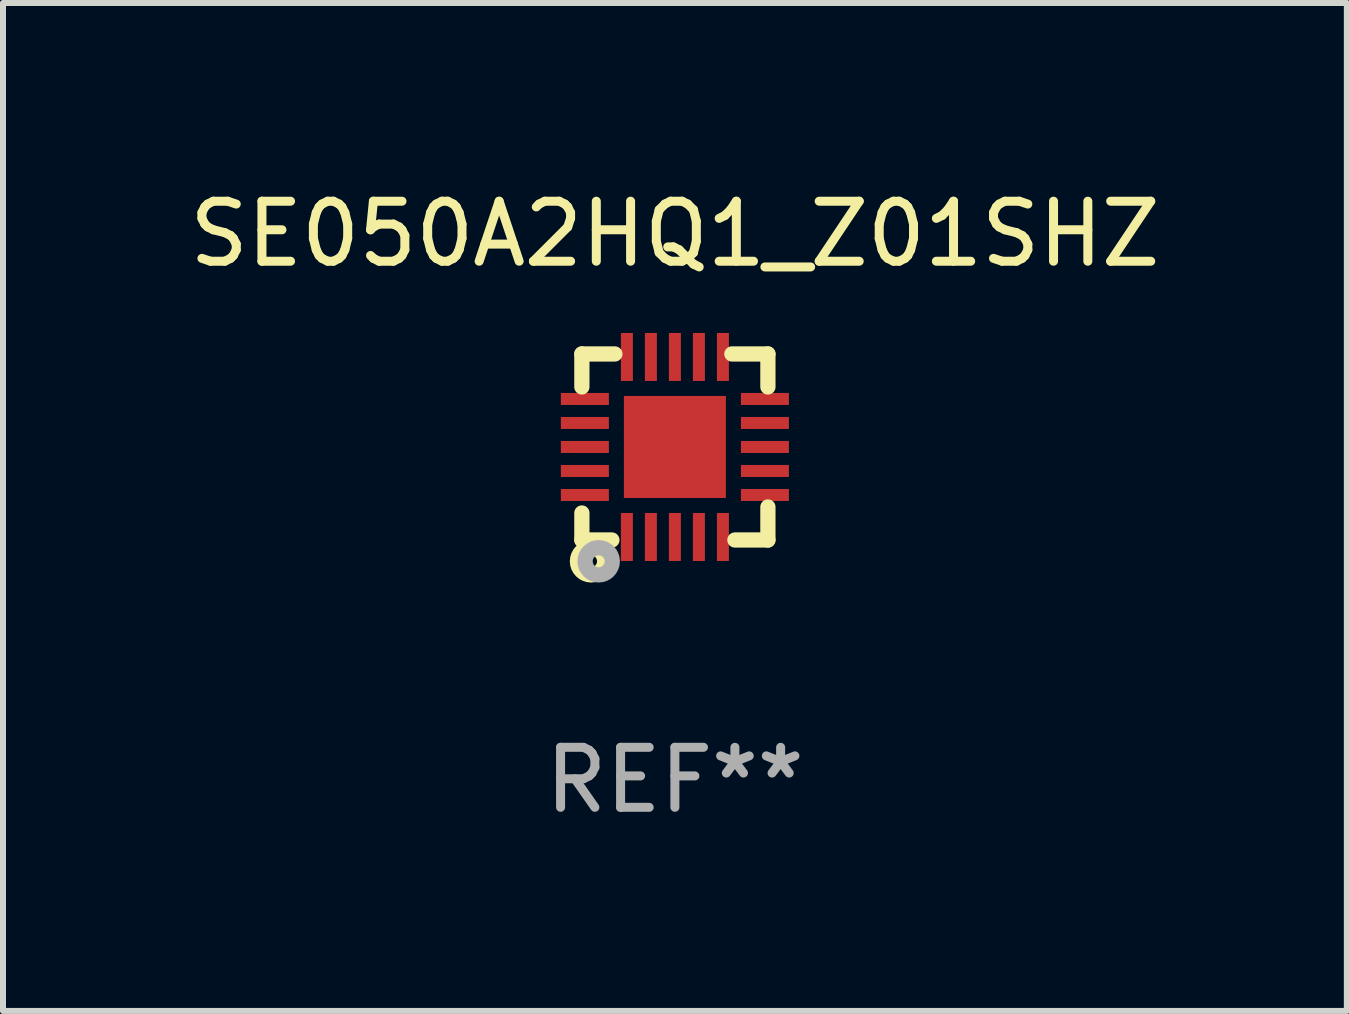
<source format=kicad_pcb>
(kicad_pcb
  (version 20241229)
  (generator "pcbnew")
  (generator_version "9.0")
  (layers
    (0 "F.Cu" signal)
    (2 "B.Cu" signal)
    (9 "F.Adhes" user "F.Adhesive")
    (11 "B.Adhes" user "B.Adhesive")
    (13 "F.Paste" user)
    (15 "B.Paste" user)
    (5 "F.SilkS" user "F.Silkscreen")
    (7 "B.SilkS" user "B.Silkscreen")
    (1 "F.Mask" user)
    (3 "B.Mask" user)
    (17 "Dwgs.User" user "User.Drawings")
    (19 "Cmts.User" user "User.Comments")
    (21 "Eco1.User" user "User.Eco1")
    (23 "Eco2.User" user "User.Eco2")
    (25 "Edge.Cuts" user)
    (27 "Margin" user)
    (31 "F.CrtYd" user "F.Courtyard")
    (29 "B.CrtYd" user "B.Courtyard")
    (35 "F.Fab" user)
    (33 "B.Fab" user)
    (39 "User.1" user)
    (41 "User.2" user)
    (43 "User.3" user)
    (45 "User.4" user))
  (footprint "SE050A2HQ1_Z01SHZ"
    (layer "F.Cu")
    (at 8.196 4.398)
    (property "Reference" "SE050A2HQ1_Z01SHZ" (at 0 -3.55 0) (layer "F.SilkS") (effects (font (size 1 1) (thickness 0.15))))
    (attr through_hole)
    (fp_line (start -1.55 -1.55) (end -1 -1.55) (stroke (width 0.254) (type solid)) (layer "F.SilkS"))
    (fp_line (start -1.55 -1) (end -1.55 -1.55) (stroke (width 0.254) (type solid)) (layer "F.SilkS"))
    (fp_line (start -1.55 1.1) (end -1.55 1.55) (stroke (width 0.254) (type solid)) (layer "F.SilkS"))
    (fp_line (start -1.55 1.55) (end -1.05 1.55) (stroke (width 0.254) (type solid)) (layer "F.SilkS"))
    (fp_line (start 0.95 -1.55) (end 1.55 -1.55) (stroke (width 0.254) (type solid)) (layer "F.SilkS"))
    (fp_line (start 1.55 -1.55) (end 1.55 -1) (stroke (width 0.254) (type solid)) (layer "F.SilkS"))
    (fp_line (start 1.55 1) (end 1.55 1.55) (stroke (width 0.254) (type solid)) (layer "F.SilkS"))
    (fp_line (start 1.55 1.55) (end 1 1.55) (stroke (width 0.254) (type solid)) (layer "F.SilkS"))
    (fp_circle (center -1.5 1.5) (end -1.45 1.5) (stroke (width 0.1) (type solid)) (fill no) (layer "F.SilkS"))
    (fp_circle (center -1.397 1.905) (end -1.297 1.905) (stroke (width 0.254) (type solid)) (fill no) (layer "F.SilkS"))
    (fp_circle (center -1.27 1.905) (end -1.17 1.905) (stroke (width 0.254) (type solid)) (fill no) (layer "F.Fab"))
    (fp_text user "REF**" (at 0 5.55 0) (layer "F.Fab") (effects (font (size 1 1) (thickness 0.15))))
    (pad "1" smd rect (at -0.8 1.5 180) (size 0.2 0.8) (layers "F.Cu" "F.Mask" "F.Paste"))
    (pad "2" smd rect (at -0.4 1.5 180) (size 0.2 0.8) (layers "F.Cu" "F.Mask" "F.Paste"))
    (pad "3" smd rect (at 0 1.5 180) (size 0.2 0.8) (layers "F.Cu" "F.Mask" "F.Paste"))
    (pad "4" smd rect (at 0.4 1.5 180) (size 0.2 0.8) (layers "F.Cu" "F.Mask" "F.Paste"))
    (pad "5" smd rect (at 0.8 1.5 180) (size 0.2 0.8) (layers "F.Cu" "F.Mask" "F.Paste"))
    (pad "6" smd rect (at 1.5 0.8 90) (size 0.2 0.8) (layers "F.Cu" "F.Mask" "F.Paste"))
    (pad "7" smd rect (at 1.5 0.4 90) (size 0.2 0.8) (layers "F.Cu" "F.Mask" "F.Paste"))
    (pad "8" smd rect (at 1.5 0 90) (size 0.2 0.8) (layers "F.Cu" "F.Mask" "F.Paste"))
    (pad "9" smd rect (at 1.5 -0.4 90) (size 0.2 0.8) (layers "F.Cu" "F.Mask" "F.Paste"))
    (pad "10" smd rect (at 1.5 -0.8 90) (size 0.2 0.8) (layers "F.Cu" "F.Mask" "F.Paste"))
    (pad "11" smd rect (at 0.8 -1.5 180) (size 0.2 0.8) (layers "F.Cu" "F.Mask" "F.Paste"))
    (pad "12" smd rect (at 0.4 -1.5 180) (size 0.2 0.8) (layers "F.Cu" "F.Mask" "F.Paste"))
    (pad "13" smd rect (at 0 -1.5 180) (size 0.2 0.8) (layers "F.Cu" "F.Mask" "F.Paste"))
    (pad "14" smd rect (at -0.4 -1.5 180) (size 0.2 0.8) (layers "F.Cu" "F.Mask" "F.Paste"))
    (pad "15" smd rect (at -0.8 -1.5 180) (size 0.2 0.8) (layers "F.Cu" "F.Mask" "F.Paste"))
    (pad "16" smd rect (at -1.5 -0.8 270) (size 0.2 0.8) (layers "F.Cu" "F.Mask" "F.Paste"))
    (pad "17" smd rect (at -1.5 -0.4 270) (size 0.2 0.8) (layers "F.Cu" "F.Mask" "F.Paste"))
    (pad "18" smd rect (at -1.5 -0.000254 270) (size 0.2 0.8) (layers "F.Cu" "F.Mask" "F.Paste"))
    (pad "19" smd rect (at -1.5 0.4 270) (size 0.2 0.8) (layers "F.Cu" "F.Mask" "F.Paste"))
    (pad "20" smd rect (at -1.5 0.8 270) (size 0.2 0.8) (layers "F.Cu" "F.Mask" "F.Paste"))
    (pad "21" smd rect (at 0 0 270) (size 1.7 1.7) (layers "F.Cu" "F.Mask" "F.Paste")))
  (gr_rect
    (start -3 -3)
    (end 19.393 13.796)
    (stroke (width 0.1) (type default))
    (fill no)
    (layer "Edge.Cuts")))
</source>
